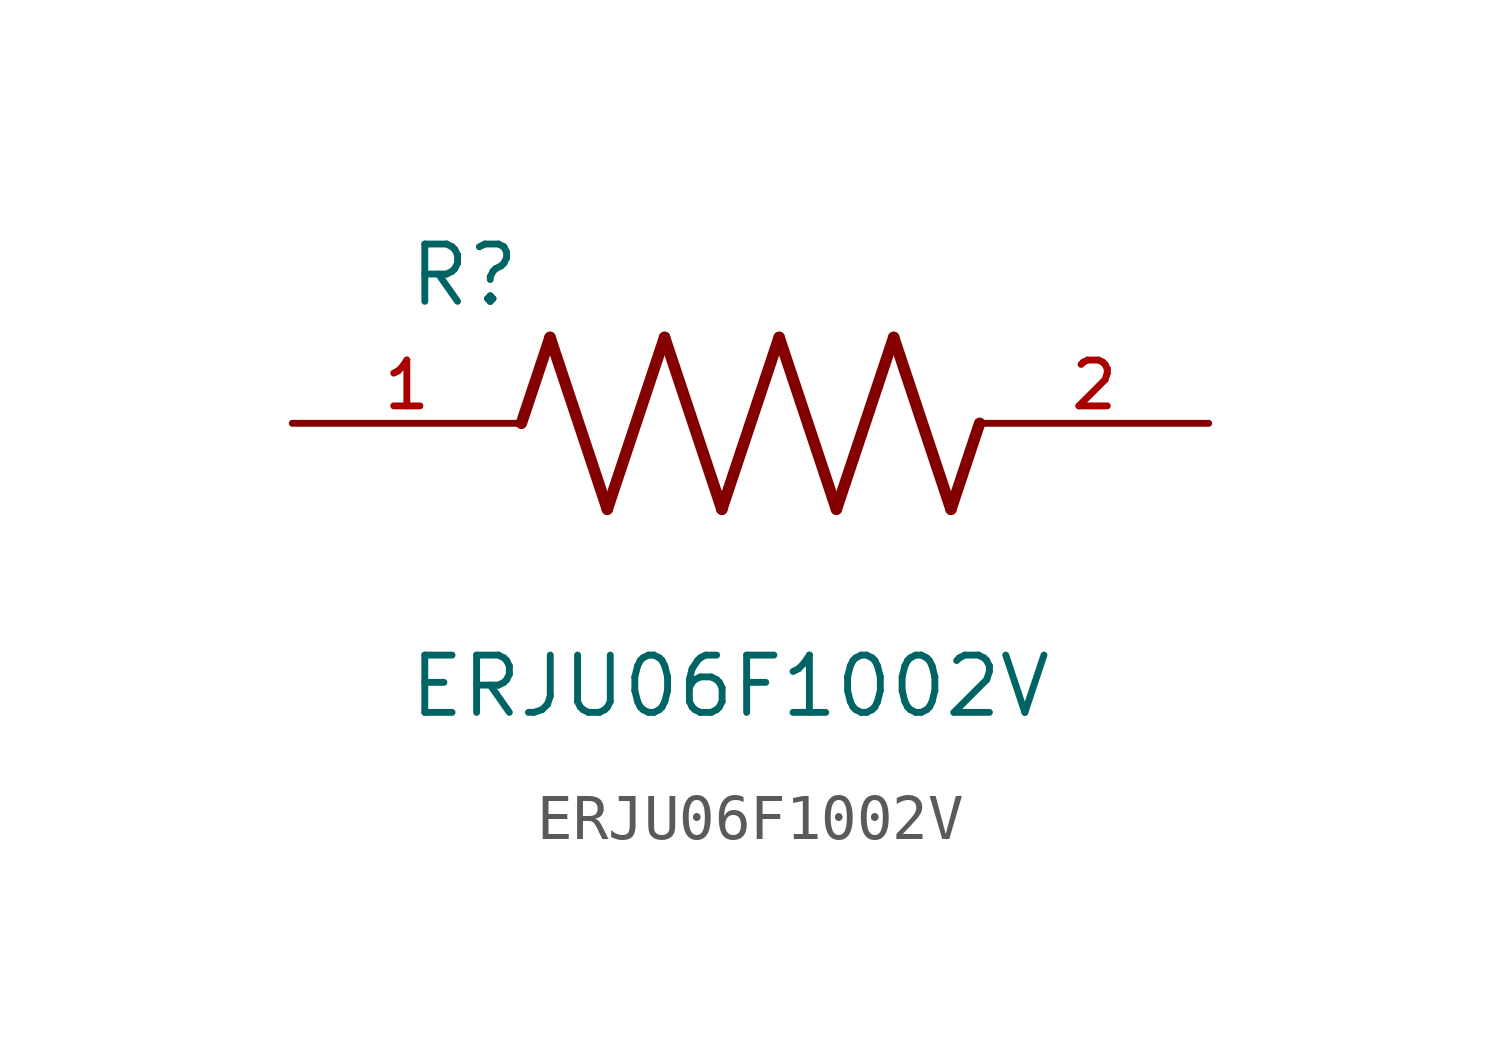
<source format=kicad_sym>
(kicad_symbol_lib
  (version 20211014)
  (generator kicad_symbol_editor)
  (symbol "ERJU06F1002V"
    (pin_names
      (offset 1.016))
    (property "Reference" "R"
      (at -7.624 2.541 0)
      (effects (font (size 1.27 1.27)) (justify bottom left)))
    (property "Value" "ERJU06F1002V"
      (at -7.624 -5.087 0)
      (effects (font (size 1.27 1.27)) (justify top left)))
    (symbol "ERJU06F1002V_0_0"
      (polyline (pts (xy -5.08 0.0) (xy -4.445 1.905)) (stroke (width 0.254)))
      (polyline (pts (xy -4.445 1.905) (xy -3.175 -1.905)) (stroke (width 0.254)))
      (polyline (pts (xy -3.175 -1.905) (xy -1.905 1.905)) (stroke (width 0.254)))
      (polyline (pts (xy -1.905 1.905) (xy -0.635 -1.905)) (stroke (width 0.254)))
      (polyline (pts (xy -0.635 -1.905) (xy 0.635 1.905)) (stroke (width 0.254)))
      (polyline (pts (xy 0.635 1.905) (xy 1.905 -1.905)) (stroke (width 0.254)))
      (polyline (pts (xy 1.905 -1.905) (xy 3.175 1.905)) (stroke (width 0.254)))
      (polyline (pts (xy 3.175 1.905) (xy 4.445 -1.905)) (stroke (width 0.254)))
      (polyline (pts (xy 4.445 -1.905) (xy 5.08 0.0)) (stroke (width 0.254)))
      (pin passive line (at -10.16 0.0 0) (length 5.08) (name "~" (effects (font (size 1.016 1.016)))) (number "1" (effects (font (size 1.016 1.016)))))
      (pin passive line (at 10.16 0.0 180.0) (length 5.08) (name "~" (effects (font (size 1.016 1.016)))) (number "2" (effects (font (size 1.016 1.016))))))))
</source>
